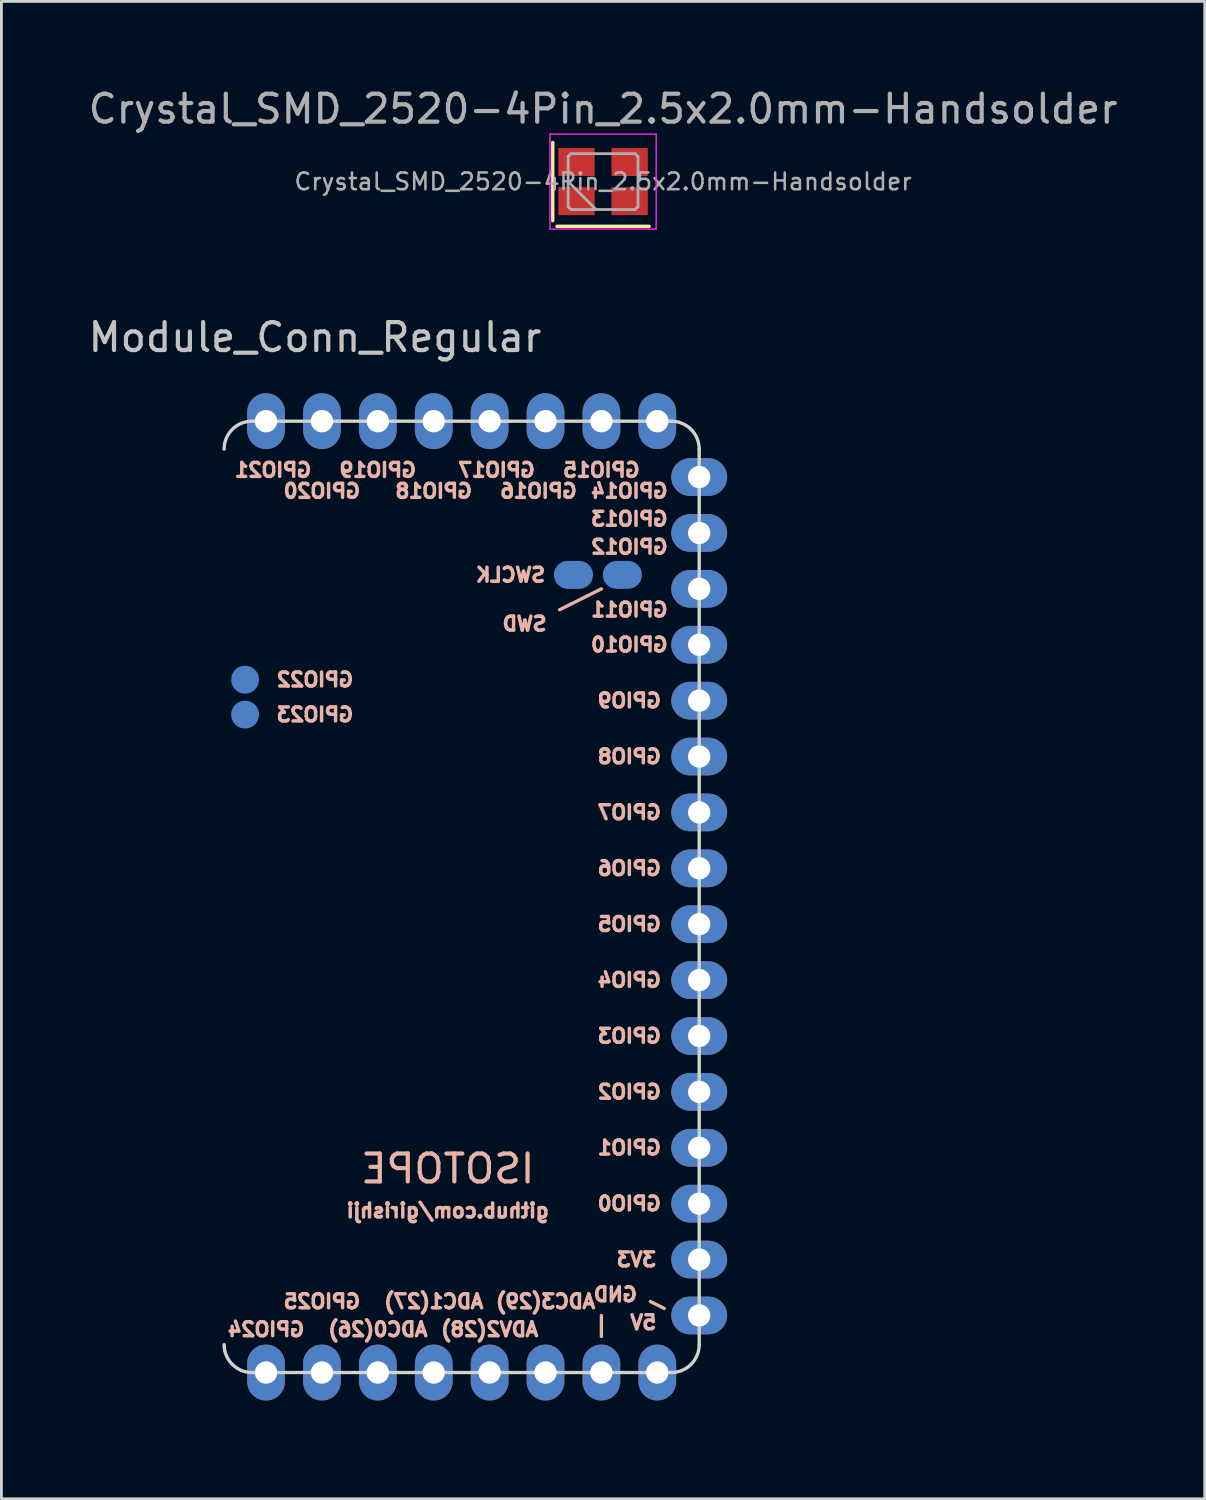
<source format=kicad_pcb>
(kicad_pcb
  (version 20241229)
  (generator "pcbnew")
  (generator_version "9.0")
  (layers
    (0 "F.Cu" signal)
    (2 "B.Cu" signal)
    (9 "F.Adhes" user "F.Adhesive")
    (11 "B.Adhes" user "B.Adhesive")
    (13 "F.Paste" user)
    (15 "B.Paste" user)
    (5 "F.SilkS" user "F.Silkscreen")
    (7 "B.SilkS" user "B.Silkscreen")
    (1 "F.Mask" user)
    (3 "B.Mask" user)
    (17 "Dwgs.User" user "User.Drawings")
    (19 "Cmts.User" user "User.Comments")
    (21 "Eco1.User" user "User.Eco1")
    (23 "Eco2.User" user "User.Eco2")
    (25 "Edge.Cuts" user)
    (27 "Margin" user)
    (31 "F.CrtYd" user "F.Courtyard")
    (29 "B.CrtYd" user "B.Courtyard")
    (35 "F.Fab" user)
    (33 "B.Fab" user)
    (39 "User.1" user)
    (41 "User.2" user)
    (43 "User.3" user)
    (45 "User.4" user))
  (footprint "Module_Conn_Regular"
    (layer "F.Cu")
    (at 4.97 12.021)
    (property "Reference" "Module_Conn_Regular" (at 3.25 -3 0) (layer "Dwgs.User") (effects (font (size 1 1) (thickness 0.15))))
    (attr through_hole)
    (fp_line (start 13.5 6) (end 12 6.75) (stroke (width 0.12) (type solid)) (layer "B.SilkS"))
    (fp_line (start 13.5 32.75) (end 13.5 32) (stroke (width 0.12) (type solid)) (layer "B.SilkS"))
    (fp_line (start 15.75 31.75) (end 15.25 31.5) (stroke (width 0.12) (type solid)) (layer "B.SilkS"))
    (fp_line (start 1 34.043) (end 16 34.043) (stroke (width 0.12) (type solid)) (layer "Edge.Cuts"))
    (fp_line (start 16 0) (end 1 0) (stroke (width 0.12) (type solid)) (layer "Edge.Cuts"))
    (fp_line (start 17 33.043) (end 17 1) (stroke (width 0.12) (type solid)) (layer "Edge.Cuts"))
    (fp_arc (start 0 1) (mid 0.292893 0.292893) (end 1 0) (stroke (width 0.12) (type solid)) (layer "Edge.Cuts"))
    (fp_arc (start 1 34.042893) (mid 0.292893 33.75) (end 0 33.042893) (stroke (width 0.12) (type solid)) (layer "Edge.Cuts"))
    (fp_arc (start 16 0) (mid 16.707107 0.292893) (end 17 1) (stroke (width 0.12) (type solid)) (layer "Edge.Cuts"))
    (fp_arc (start 17 33.042893) (mid 16.707107 33.75) (end 16 34.042893) (stroke (width 0.12) (type solid)) (layer "Edge.Cuts"))
    (fp_line (start 0 -1.5) (end 18.5 -1.5) (stroke (width 0.12) (type solid)) (layer "User.3"))
    (fp_line (start 0 1) (end 0 -1.5) (stroke (width 0.12) (type solid)) (layer "User.3"))
    (fp_line (start 0 33) (end 0 35.5) (stroke (width 0.12) (type solid)) (layer "User.3"))
    (fp_line (start 18.5 -1.5) (end 18.5 35.5) (stroke (width 0.12) (type solid)) (layer "User.3"))
    (fp_line (start 18.5 35.5) (end 0 35.5) (stroke (width 0.12) (type solid)) (layer "User.3"))
    (fp_text user "GPIO25" (at 3.5 31.5 0) (unlocked yes) (layer "B.SilkS") (effects (font (size 0.5 0.5) (thickness 0.125)) (justify mirror)))
    (fp_text user "GPIO13" (at 14.5 3.5 0) (unlocked yes) (layer "B.SilkS") (effects (font (size 0.5 0.5) (thickness 0.125)) (justify mirror)))
    (fp_text user "GND" (at 14 31.25 0) (unlocked yes) (layer "B.SilkS") (effects (font (size 0.5 0.5) (thickness 0.125)) (justify mirror)))
    (fp_text user "GPIO22" (at 3.25 9.25 0) (unlocked yes) (layer "B.SilkS") (effects (font (size 0.5 0.5) (thickness 0.125)) (justify mirror)))
    (fp_text user "GPIO2" (at 14.5 24 0) (unlocked yes) (layer "B.SilkS") (effects (font (size 0.5 0.5) (thickness 0.125)) (justify mirror)))
    (fp_text user "3V3" (at 14.75 30 0) (unlocked yes) (layer "B.SilkS") (effects (font (size 0.5 0.5) (thickness 0.125)) (justify mirror)))
    (fp_text user "GPIO21" (at 1.75 1.75 0) (unlocked yes) (layer "B.SilkS") (effects (font (size 0.5 0.5) (thickness 0.125)) (justify mirror)))
    (fp_text user "GPIO6" (at 14.5 16 0) (unlocked yes) (layer "B.SilkS") (effects (font (size 0.5 0.5) (thickness 0.125)) (justify mirror)))
    (fp_text user "GPIO5" (at 14.5 18 0) (unlocked yes) (layer "B.SilkS") (effects (font (size 0.5 0.5) (thickness 0.125)) (justify mirror)))
    (fp_text user "GPIO10" (at 14.5 8 0) (unlocked yes) (layer "B.SilkS") (effects (font (size 0.5 0.5) (thickness 0.125)) (justify mirror)))
    (fp_text user "GPIO9" (at 14.5 10 0) (unlocked yes) (layer "B.SilkS") (effects (font (size 0.5 0.5) (thickness 0.125)) (justify mirror)))
    (fp_text user "GPIO17" (at 9.75 1.75 0) (unlocked yes) (layer "B.SilkS") (effects (font (size 0.5 0.5) (thickness 0.125)) (justify mirror)))
    (fp_text user "ISOTOPE" (at 8 26.75 0) (unlocked yes) (layer "B.SilkS") (effects (font (size 1 1) (thickness 0.15)) (justify mirror)))
    (fp_text user "GPIO1" (at 14.5 26 0) (unlocked yes) (layer "B.SilkS") (effects (font (size 0.5 0.5) (thickness 0.125)) (justify mirror)))
    (fp_text user "GPIO15" (at 13.5 1.75 0) (unlocked yes) (layer "B.SilkS") (effects (font (size 0.5 0.5) (thickness 0.125)) (justify mirror)))
    (fp_text user "SWCLK" (at 10.25 5.5 0) (unlocked yes) (layer "B.SilkS") (effects (font (size 0.5 0.5) (thickness 0.125)) (justify mirror)))
    (fp_text user "ADC0(26)" (at 5.5 32.5 0) (unlocked yes) (layer "B.SilkS") (effects (font (size 0.5 0.5) (thickness 0.125)) (justify mirror)))
    (fp_text user "5V" (at 15 32.25 0) (unlocked yes) (layer "B.SilkS") (effects (font (size 0.5 0.5) (thickness 0.125)) (justify mirror)))
    (fp_text user "ADC1(27)" (at 7.5 31.5 0) (unlocked yes) (layer "B.SilkS") (effects (font (size 0.5 0.5) (thickness 0.125)) (justify mirror)))
    (fp_text user "GPIO12" (at 14.5 4.5 0) (unlocked yes) (layer "B.SilkS") (effects (font (size 0.5 0.5) (thickness 0.125)) (justify mirror)))
    (fp_text user "GPIO20" (at 3.5 2.5 0) (unlocked yes) (layer "B.SilkS") (effects (font (size 0.5 0.5) (thickness 0.125)) (justify mirror)))
    (fp_text user "ADC3(29)" (at 11.5 31.5 0) (unlocked yes) (layer "B.SilkS") (effects (font (size 0.5 0.5) (thickness 0.125)) (justify mirror)))
    (fp_text user "SWD" (at 10.75 7.25 0) (unlocked yes) (layer "B.SilkS") (effects (font (size 0.5 0.5) (thickness 0.125)) (justify mirror)))
    (fp_text user "GPIO0" (at 14.5 28 0) (unlocked yes) (layer "B.SilkS") (effects (font (size 0.5 0.5) (thickness 0.125)) (justify mirror)))
    (fp_text user "ADV2(28)" (at 9.5 32.5 0) (unlocked yes) (layer "B.SilkS") (effects (font (size 0.5 0.5) (thickness 0.125)) (justify mirror)))
    (fp_text user "GPIO16" (at 11.25 2.5 0) (unlocked yes) (layer "B.SilkS") (effects (font (size 0.5 0.5) (thickness 0.125)) (justify mirror)))
    (fp_text user "GPIO14" (at 14.5 2.5 0) (unlocked yes) (layer "B.SilkS") (effects (font (size 0.5 0.5) (thickness 0.125)) (justify mirror)))
    (fp_text user "GPIO3" (at 14.5 22 0) (unlocked yes) (layer "B.SilkS") (effects (font (size 0.5 0.5) (thickness 0.125)) (justify mirror)))
    (fp_text user "GPIO23" (at 3.25 10.5 0) (unlocked yes) (layer "B.SilkS") (effects (font (size 0.5 0.5) (thickness 0.125)) (justify mirror)))
    (fp_text user "GPIO4" (at 14.5 20 0) (unlocked yes) (layer "B.SilkS") (effects (font (size 0.5 0.5) (thickness 0.125)) (justify mirror)))
    (fp_text user "GPIO8" (at 14.5 12 0) (unlocked yes) (layer "B.SilkS") (effects (font (size 0.5 0.5) (thickness 0.125)) (justify mirror)))
    (fp_text user "GPIO7" (at 14.5 14 0) (unlocked yes) (layer "B.SilkS") (effects (font (size 0.5 0.5) (thickness 0.125)) (justify mirror)))
    (fp_text user "GPIO24" (at 1.5 32.5 0) (unlocked yes) (layer "B.SilkS") (effects (font (size 0.5 0.5) (thickness 0.125)) (justify mirror)))
    (fp_text user "GPIO19" (at 5.5 1.75 0) (unlocked yes) (layer "B.SilkS") (effects (font (size 0.5 0.5) (thickness 0.125)) (justify mirror)))
    (fp_text user "github.com/girishji" (at 8 28.25 0) (unlocked yes) (layer "B.SilkS") (effects (font (size 0.5 0.5) (thickness 0.125)) (justify mirror)))
    (fp_text user "GPIO18" (at 7.5 2.5 0) (unlocked yes) (layer "B.SilkS") (effects (font (size 0.5 0.5) (thickness 0.125)) (justify mirror)))
    (fp_text user "GPIO11" (at 14.5 6.75 0) (unlocked yes) (layer "B.SilkS") (effects (font (size 0.5 0.5) (thickness 0.125)) (justify mirror)))
    (pad "1" thru_hole oval (at 15.5 34.043 90) (size 2 1.35) (drill 0.8) (layers "*.Cu" "*.Mask"))
    (pad "2" thru_hole oval (at 17 32) (size 2 1.35) (drill 0.8) (layers "*.Cu" "*.Mask"))
    (pad "3" thru_hole oval (at 17 30) (size 2 1.35) (drill 0.8) (layers "*.Cu" "*.Mask"))
    (pad "4" thru_hole oval (at 17 28) (size 2 1.35) (drill 0.8) (layers "*.Cu" "*.Mask"))
    (pad "5" thru_hole oval (at 17 26) (size 2 1.35) (drill 0.8) (layers "*.Cu" "*.Mask"))
    (pad "6" thru_hole oval (at 17 24) (size 2 1.35) (drill 0.8) (layers "*.Cu" "*.Mask"))
    (pad "7" thru_hole oval (at 17 22) (size 2 1.35) (drill 0.8) (layers "*.Cu" "*.Mask"))
    (pad "8" thru_hole oval (at 17 20) (size 2 1.35) (drill 0.8) (layers "*.Cu" "*.Mask"))
    (pad "9" thru_hole oval (at 17 18) (size 2 1.35) (drill 0.8) (layers "*.Cu" "*.Mask"))
    (pad "10" thru_hole oval (at 17 16) (size 2 1.35) (drill 0.8) (layers "*.Cu" "*.Mask"))
    (pad "11" thru_hole oval (at 17 14) (size 2 1.35) (drill 0.8) (layers "*.Cu" "*.Mask"))
    (pad "12" thru_hole oval (at 17 12) (size 2 1.35) (drill 0.8) (layers "*.Cu" "*.Mask"))
    (pad "13" thru_hole oval (at 17 10) (size 2 1.35) (drill 0.8) (layers "*.Cu" "*.Mask"))
    (pad "14" thru_hole oval (at 17 8) (size 2 1.35) (drill 0.8) (layers "*.Cu" "*.Mask"))
    (pad "15" thru_hole oval (at 17 6) (size 2 1.35) (drill 0.8) (layers "*.Cu" "*.Mask"))
    (pad "16" thru_hole oval (at 17 4) (size 2 1.35) (drill 0.8) (layers "*.Cu" "*.Mask"))
    (pad "17" thru_hole oval (at 17 2) (size 2 1.35) (drill 0.8) (layers "*.Cu" "*.Mask"))
    (pad "18" thru_hole oval (at 15.5 0 90) (size 2 1.35) (drill 0.8) (layers "*.Cu" "*.Mask"))
    (pad "19" thru_hole oval (at 13.5 0 90) (size 2 1.35) (drill 0.8) (layers "*.Cu" "*.Mask"))
    (pad "20" thru_hole oval (at 11.5 0 90) (size 2 1.35) (drill 0.8) (layers "*.Cu" "*.Mask"))
    (pad "21" thru_hole oval (at 9.5 0 90) (size 2 1.35) (drill 0.8) (layers "*.Cu" "*.Mask"))
    (pad "22" thru_hole oval (at 7.5 0 90) (size 2 1.35) (drill 0.8) (layers "*.Cu" "*.Mask"))
    (pad "23" thru_hole oval (at 5.5 0 90) (size 2 1.35) (drill 0.8) (layers "*.Cu" "*.Mask"))
    (pad "24" thru_hole oval (at 3.5 0 90) (size 2 1.35) (drill 0.8) (layers "*.Cu" "*.Mask"))
    (pad "25" thru_hole oval (at 1.5 0 90) (size 2 1.35) (drill 0.8) (layers "*.Cu" "*.Mask"))
    (pad "26" smd circle (at 0.75 9.25) (size 1 1) (layers "B.Cu" "B.Mask" "B.Paste"))
    (pad "27" smd circle (at 0.75 10.5) (size 1 1) (layers "B.Cu" "B.Mask" "B.Paste"))
    (pad "28" thru_hole oval (at 1.5 34.043 90) (size 2 1.35) (drill 0.8) (layers "*.Cu" "*.Mask"))
    (pad "29" thru_hole oval (at 3.5 34.043 90) (size 2 1.35) (drill 0.8) (layers "*.Cu" "*.Mask"))
    (pad "30" thru_hole oval (at 5.5 34.043 90) (size 2 1.35) (drill 0.8) (layers "*.Cu" "*.Mask"))
    (pad "31" thru_hole oval (at 7.5 34.043 90) (size 2 1.35) (drill 0.8) (layers "*.Cu" "*.Mask"))
    (pad "32" thru_hole oval (at 9.5 34.043 90) (size 2 1.35) (drill 0.8) (layers "*.Cu" "*.Mask"))
    (pad "33" thru_hole oval (at 11.5 34.043 90) (size 2 1.35) (drill 0.8) (layers "*.Cu" "*.Mask"))
    (pad "34" thru_hole oval (at 13.5 34.043 90) (size 2 1.35) (drill 0.8) (layers "*.Cu" "*.Mask"))
    (pad "35" smd oval (at 14.25 5.5) (size 1.4 1) (layers "B.Cu" "B.Mask" "B.Paste"))
    (pad "36" smd oval (at 12.5 5.5) (size 1.4 1) (layers "B.Cu" "B.Mask" "B.Paste")))
  (footprint "Crystal_SMD_2520-4Pin_2.5x2.0mm-Handsolder"
    (layer "F.Cu")
    (at 18.53 3.448)
    (property "Reference" "Crystal_SMD_2520-4Pin_2.5x2.0mm-Handsolder" (at 0 -2.6 0) (layer "F.Fab") (effects (font (size 1 1) (thickness 0.15))))
    (attr smd)
    (fp_line (start -1.8 -1.4) (end -1.8 1.4) (stroke (width 0.12) (type solid)) (layer "F.SilkS"))
    (fp_line (start -1.65 1.6) (end 1.65 1.6) (stroke (width 0.12) (type solid)) (layer "F.SilkS"))
    (fp_line (start -1.9 -1.7) (end -1.9 1.7) (stroke (width 0.05) (type solid)) (layer "F.CrtYd"))
    (fp_line (start -1.9 1.7) (end 1.9 1.7) (stroke (width 0.05) (type solid)) (layer "F.CrtYd"))
    (fp_line (start 1.9 -1.7) (end -1.9 -1.7) (stroke (width 0.05) (type solid)) (layer "F.CrtYd"))
    (fp_line (start 1.9 1.7) (end 1.9 -1.7) (stroke (width 0.05) (type solid)) (layer "F.CrtYd"))
    (fp_line (start -1.25 -0.9) (end -1.15 -1) (stroke (width 0.1) (type solid)) (layer "F.Fab"))
    (fp_line (start -1.25 0) (end -0.25 1) (stroke (width 0.1) (type solid)) (layer "F.Fab"))
    (fp_line (start -1.25 0.9) (end -1.25 -0.9) (stroke (width 0.1) (type solid)) (layer "F.Fab"))
    (fp_line (start -1.15 -1) (end 1.15 -1) (stroke (width 0.1) (type solid)) (layer "F.Fab"))
    (fp_line (start -1.15 1) (end -1.25 0.9) (stroke (width 0.1) (type solid)) (layer "F.Fab"))
    (fp_line (start 1.15 -1) (end 1.25 -0.9) (stroke (width 0.1) (type solid)) (layer "F.Fab"))
    (fp_line (start 1.15 1) (end -1.15 1) (stroke (width 0.1) (type solid)) (layer "F.Fab"))
    (fp_line (start 1.25 -0.9) (end 1.25 0.9) (stroke (width 0.1) (type solid)) (layer "F.Fab"))
    (fp_line (start 1.25 0.9) (end 1.15 1) (stroke (width 0.1) (type solid)) (layer "F.Fab"))
    (fp_text user "${REFERENCE}" (at 0 0 0) (layer "F.Fab") (effects (font (size 0.6 0.6) (thickness 0.09))))
    (pad "1" smd rect (at -0.95 0.7) (size 1.3 1) (layers "F.Cu" "F.Mask" "F.Paste"))
    (pad "2" smd rect (at 0.95 0.7) (size 1.3 1) (layers "F.Cu" "F.Mask" "F.Paste"))
    (pad "3" smd rect (at 0.95 -0.7) (size 1.3 1) (layers "F.Cu" "F.Mask" "F.Paste"))
    (pad "4" smd rect (at -0.95 -0.7) (size 1.3 1) (layers "F.Cu" "F.Mask" "F.Paste")))
  (gr_rect
    (start -3 -3)
    (end 40.06 50.581)
    (stroke (width 0.1) (type default))
    (fill no)
    (layer "Edge.Cuts")))
</source>
